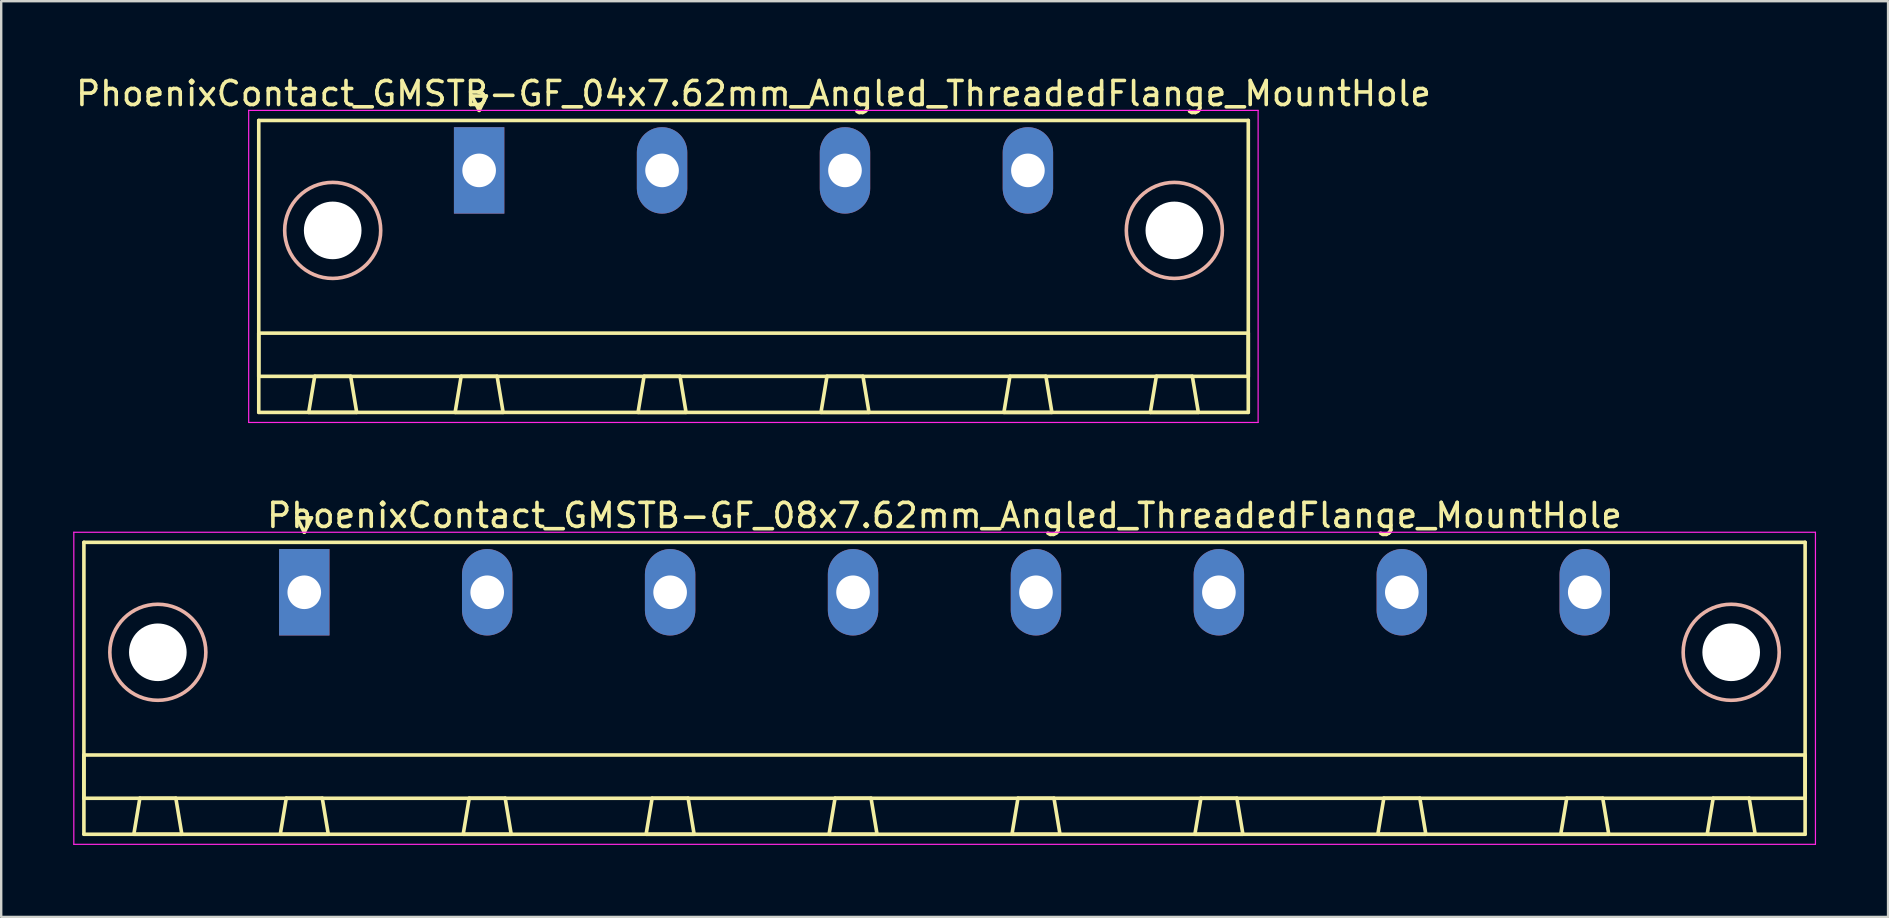
<source format=kicad_pcb>
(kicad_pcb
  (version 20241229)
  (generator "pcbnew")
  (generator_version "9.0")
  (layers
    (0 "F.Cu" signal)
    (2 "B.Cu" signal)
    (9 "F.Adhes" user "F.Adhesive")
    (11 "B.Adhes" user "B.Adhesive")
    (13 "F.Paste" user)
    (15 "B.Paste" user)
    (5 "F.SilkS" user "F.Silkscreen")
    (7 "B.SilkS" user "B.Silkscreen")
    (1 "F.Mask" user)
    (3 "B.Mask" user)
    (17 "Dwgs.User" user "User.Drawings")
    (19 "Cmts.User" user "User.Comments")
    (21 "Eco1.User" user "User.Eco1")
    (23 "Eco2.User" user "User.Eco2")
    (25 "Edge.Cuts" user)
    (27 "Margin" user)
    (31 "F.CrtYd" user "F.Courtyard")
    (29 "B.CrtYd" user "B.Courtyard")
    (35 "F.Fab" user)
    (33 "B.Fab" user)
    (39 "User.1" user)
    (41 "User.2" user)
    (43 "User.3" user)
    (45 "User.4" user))
  (footprint "PhoenixContact_GMSTB-GF_08x7.62mm_Angled_ThreadedFlange_MountHole"
    (layer "F.Cu")
    (at 9.625 21.622)
    (property "Reference" "PhoenixContact_GMSTB-GF_08x7.62mm_Angled_ThreadedFlange_MountHole" (at 26.67 -3.2 0) (layer "F.SilkS") (effects (font (size 1 1) (thickness 0.15))))
    (attr through_hole)
    (fp_line (start -9.18 -2.08) (end -9.18 10.08) (stroke (width 0.15) (type solid)) (layer "F.SilkS"))
    (fp_line (start -9.18 6.78) (end 62.52 6.78) (stroke (width 0.15) (type solid)) (layer "F.SilkS"))
    (fp_line (start -9.18 8.58) (end -9.18 6.78) (stroke (width 0.15) (type solid)) (layer "F.SilkS"))
    (fp_line (start -9.18 10.08) (end 62.52 10.08) (stroke (width 0.15) (type solid)) (layer "F.SilkS"))
    (fp_line (start -7.1 10.08) (end -5.1 10.08) (stroke (width 0.15) (type solid)) (layer "F.SilkS"))
    (fp_line (start -6.85 8.58) (end -7.1 10.08) (stroke (width 0.15) (type solid)) (layer "F.SilkS"))
    (fp_line (start -5.35 8.58) (end -6.85 8.58) (stroke (width 0.15) (type solid)) (layer "F.SilkS"))
    (fp_line (start -5.1 10.08) (end -5.35 8.58) (stroke (width 0.15) (type solid)) (layer "F.SilkS"))
    (fp_line (start -1 10.08) (end 1 10.08) (stroke (width 0.15) (type solid)) (layer "F.SilkS"))
    (fp_line (start -0.75 8.58) (end -1 10.08) (stroke (width 0.15) (type solid)) (layer "F.SilkS"))
    (fp_line (start -0.3 -3.1) (end 0 -2.5) (stroke (width 0.15) (type solid)) (layer "F.SilkS"))
    (fp_line (start 0 -2.5) (end 0.3 -3.1) (stroke (width 0.15) (type solid)) (layer "F.SilkS"))
    (fp_line (start 0.3 -3.1) (end -0.3 -3.1) (stroke (width 0.15) (type solid)) (layer "F.SilkS"))
    (fp_line (start 0.75 8.58) (end -0.75 8.58) (stroke (width 0.15) (type solid)) (layer "F.SilkS"))
    (fp_line (start 1 10.08) (end 0.75 8.58) (stroke (width 0.15) (type solid)) (layer "F.SilkS"))
    (fp_line (start 6.62 10.08) (end 8.62 10.08) (stroke (width 0.15) (type solid)) (layer "F.SilkS"))
    (fp_line (start 6.87 8.58) (end 6.62 10.08) (stroke (width 0.15) (type solid)) (layer "F.SilkS"))
    (fp_line (start 8.37 8.58) (end 6.87 8.58) (stroke (width 0.15) (type solid)) (layer "F.SilkS"))
    (fp_line (start 8.62 10.08) (end 8.37 8.58) (stroke (width 0.15) (type solid)) (layer "F.SilkS"))
    (fp_line (start 14.24 10.08) (end 16.24 10.08) (stroke (width 0.15) (type solid)) (layer "F.SilkS"))
    (fp_line (start 14.49 8.58) (end 14.24 10.08) (stroke (width 0.15) (type solid)) (layer "F.SilkS"))
    (fp_line (start 15.99 8.58) (end 14.49 8.58) (stroke (width 0.15) (type solid)) (layer "F.SilkS"))
    (fp_line (start 16.24 10.08) (end 15.99 8.58) (stroke (width 0.15) (type solid)) (layer "F.SilkS"))
    (fp_line (start 21.86 10.08) (end 23.86 10.08) (stroke (width 0.15) (type solid)) (layer "F.SilkS"))
    (fp_line (start 22.11 8.58) (end 21.86 10.08) (stroke (width 0.15) (type solid)) (layer "F.SilkS"))
    (fp_line (start 23.61 8.58) (end 22.11 8.58) (stroke (width 0.15) (type solid)) (layer "F.SilkS"))
    (fp_line (start 23.86 10.08) (end 23.61 8.58) (stroke (width 0.15) (type solid)) (layer "F.SilkS"))
    (fp_line (start 29.48 10.08) (end 31.48 10.08) (stroke (width 0.15) (type solid)) (layer "F.SilkS"))
    (fp_line (start 29.73 8.58) (end 29.48 10.08) (stroke (width 0.15) (type solid)) (layer "F.SilkS"))
    (fp_line (start 31.23 8.58) (end 29.73 8.58) (stroke (width 0.15) (type solid)) (layer "F.SilkS"))
    (fp_line (start 31.48 10.08) (end 31.23 8.58) (stroke (width 0.15) (type solid)) (layer "F.SilkS"))
    (fp_line (start 37.1 10.08) (end 39.1 10.08) (stroke (width 0.15) (type solid)) (layer "F.SilkS"))
    (fp_line (start 37.35 8.58) (end 37.1 10.08) (stroke (width 0.15) (type solid)) (layer "F.SilkS"))
    (fp_line (start 38.85 8.58) (end 37.35 8.58) (stroke (width 0.15) (type solid)) (layer "F.SilkS"))
    (fp_line (start 39.1 10.08) (end 38.85 8.58) (stroke (width 0.15) (type solid)) (layer "F.SilkS"))
    (fp_line (start 44.72 10.08) (end 46.72 10.08) (stroke (width 0.15) (type solid)) (layer "F.SilkS"))
    (fp_line (start 44.97 8.58) (end 44.72 10.08) (stroke (width 0.15) (type solid)) (layer "F.SilkS"))
    (fp_line (start 46.47 8.58) (end 44.97 8.58) (stroke (width 0.15) (type solid)) (layer "F.SilkS"))
    (fp_line (start 46.72 10.08) (end 46.47 8.58) (stroke (width 0.15) (type solid)) (layer "F.SilkS"))
    (fp_line (start 52.34 10.08) (end 54.34 10.08) (stroke (width 0.15) (type solid)) (layer "F.SilkS"))
    (fp_line (start 52.59 8.58) (end 52.34 10.08) (stroke (width 0.15) (type solid)) (layer "F.SilkS"))
    (fp_line (start 54.09 8.58) (end 52.59 8.58) (stroke (width 0.15) (type solid)) (layer "F.SilkS"))
    (fp_line (start 54.34 10.08) (end 54.09 8.58) (stroke (width 0.15) (type solid)) (layer "F.SilkS"))
    (fp_line (start 58.44 10.08) (end 60.44 10.08) (stroke (width 0.15) (type solid)) (layer "F.SilkS"))
    (fp_line (start 58.69 8.58) (end 58.44 10.08) (stroke (width 0.15) (type solid)) (layer "F.SilkS"))
    (fp_line (start 60.19 8.58) (end 58.69 8.58) (stroke (width 0.15) (type solid)) (layer "F.SilkS"))
    (fp_line (start 60.44 10.08) (end 60.19 8.58) (stroke (width 0.15) (type solid)) (layer "F.SilkS"))
    (fp_line (start 62.52 -2.08) (end -9.18 -2.08) (stroke (width 0.15) (type solid)) (layer "F.SilkS"))
    (fp_line (start 62.52 6.78) (end 62.52 8.58) (stroke (width 0.15) (type solid)) (layer "F.SilkS"))
    (fp_line (start 62.52 8.58) (end -9.18 8.58) (stroke (width 0.15) (type solid)) (layer "F.SilkS"))
    (fp_line (start 62.52 10.08) (end 62.52 -2.08) (stroke (width 0.15) (type solid)) (layer "F.SilkS"))
    (fp_circle (center -6.1 2.5) (end -4.1 2.5) (stroke (width 0.15) (type solid)) (fill no) (layer "B.SilkS"))
    (fp_circle (center 59.44 2.5) (end 61.44 2.5) (stroke (width 0.15) (type solid)) (fill no) (layer "B.SilkS"))
    (fp_line (start -9.6 -2.5) (end -9.6 10.5) (stroke (width 0.05) (type solid)) (layer "F.CrtYd"))
    (fp_line (start -9.6 10.5) (end 62.95 10.5) (stroke (width 0.05) (type solid)) (layer "F.CrtYd"))
    (fp_line (start 62.95 -2.5) (end -9.6 -2.5) (stroke (width 0.05) (type solid)) (layer "F.CrtYd"))
    (fp_line (start 62.95 10.5) (end 62.95 -2.5) (stroke (width 0.05) (type solid)) (layer "F.CrtYd"))
    (pad "" np_thru_hole circle (at -6.1 2.5) (size 2.4 2.4) (drill 2.4) (layers "*.Cu" "*.Mask"))
    (pad "" np_thru_hole circle (at 59.44 2.5) (size 2.4 2.4) (drill 2.4) (layers "*.Cu" "*.Mask"))
    (pad "1" thru_hole rect (at 0 0) (size 2.1 3.6) (drill 1.4) (layers "*.Cu" "*.Mask"))
    (pad "2" thru_hole oval (at 7.62 0) (size 2.1 3.6) (drill 1.4) (layers "*.Cu" "*.Mask"))
    (pad "3" thru_hole oval (at 15.24 0) (size 2.1 3.6) (drill 1.4) (layers "*.Cu" "*.Mask"))
    (pad "4" thru_hole oval (at 22.86 0) (size 2.1 3.6) (drill 1.4) (layers "*.Cu" "*.Mask"))
    (pad "5" thru_hole oval (at 30.48 0) (size 2.1 3.6) (drill 1.4) (layers "*.Cu" "*.Mask"))
    (pad "6" thru_hole oval (at 38.1 0) (size 2.1 3.6) (drill 1.4) (layers "*.Cu" "*.Mask"))
    (pad "7" thru_hole oval (at 45.72 0) (size 2.1 3.6) (drill 1.4) (layers "*.Cu" "*.Mask"))
    (pad "8" thru_hole oval (at 53.34 0) (size 2.1 3.6) (drill 1.4) (layers "*.Cu" "*.Mask")))
  (footprint "PhoenixContact_GMSTB-GF_04x7.62mm_Angled_ThreadedFlange_MountHole"
    (layer "F.Cu")
    (at 16.909 4.048)
    (property "Reference" "PhoenixContact_GMSTB-GF_04x7.62mm_Angled_ThreadedFlange_MountHole" (at 11.43 -3.2 0) (layer "F.SilkS") (effects (font (size 1 1) (thickness 0.15))))
    (attr through_hole)
    (fp_line (start -9.18 -2.08) (end -9.18 10.08) (stroke (width 0.15) (type solid)) (layer "F.SilkS"))
    (fp_line (start -9.18 6.78) (end 32.04 6.78) (stroke (width 0.15) (type solid)) (layer "F.SilkS"))
    (fp_line (start -9.18 8.58) (end -9.18 6.78) (stroke (width 0.15) (type solid)) (layer "F.SilkS"))
    (fp_line (start -9.18 10.08) (end 32.04 10.08) (stroke (width 0.15) (type solid)) (layer "F.SilkS"))
    (fp_line (start -7.1 10.08) (end -5.1 10.08) (stroke (width 0.15) (type solid)) (layer "F.SilkS"))
    (fp_line (start -6.85 8.58) (end -7.1 10.08) (stroke (width 0.15) (type solid)) (layer "F.SilkS"))
    (fp_line (start -5.35 8.58) (end -6.85 8.58) (stroke (width 0.15) (type solid)) (layer "F.SilkS"))
    (fp_line (start -5.1 10.08) (end -5.35 8.58) (stroke (width 0.15) (type solid)) (layer "F.SilkS"))
    (fp_line (start -1 10.08) (end 1 10.08) (stroke (width 0.15) (type solid)) (layer "F.SilkS"))
    (fp_line (start -0.75 8.58) (end -1 10.08) (stroke (width 0.15) (type solid)) (layer "F.SilkS"))
    (fp_line (start -0.3 -3.1) (end 0 -2.5) (stroke (width 0.15) (type solid)) (layer "F.SilkS"))
    (fp_line (start 0 -2.5) (end 0.3 -3.1) (stroke (width 0.15) (type solid)) (layer "F.SilkS"))
    (fp_line (start 0.3 -3.1) (end -0.3 -3.1) (stroke (width 0.15) (type solid)) (layer "F.SilkS"))
    (fp_line (start 0.75 8.58) (end -0.75 8.58) (stroke (width 0.15) (type solid)) (layer "F.SilkS"))
    (fp_line (start 1 10.08) (end 0.75 8.58) (stroke (width 0.15) (type solid)) (layer "F.SilkS"))
    (fp_line (start 6.62 10.08) (end 8.62 10.08) (stroke (width 0.15) (type solid)) (layer "F.SilkS"))
    (fp_line (start 6.87 8.58) (end 6.62 10.08) (stroke (width 0.15) (type solid)) (layer "F.SilkS"))
    (fp_line (start 8.37 8.58) (end 6.87 8.58) (stroke (width 0.15) (type solid)) (layer "F.SilkS"))
    (fp_line (start 8.62 10.08) (end 8.37 8.58) (stroke (width 0.15) (type solid)) (layer "F.SilkS"))
    (fp_line (start 14.24 10.08) (end 16.24 10.08) (stroke (width 0.15) (type solid)) (layer "F.SilkS"))
    (fp_line (start 14.49 8.58) (end 14.24 10.08) (stroke (width 0.15) (type solid)) (layer "F.SilkS"))
    (fp_line (start 15.99 8.58) (end 14.49 8.58) (stroke (width 0.15) (type solid)) (layer "F.SilkS"))
    (fp_line (start 16.24 10.08) (end 15.99 8.58) (stroke (width 0.15) (type solid)) (layer "F.SilkS"))
    (fp_line (start 21.86 10.08) (end 23.86 10.08) (stroke (width 0.15) (type solid)) (layer "F.SilkS"))
    (fp_line (start 22.11 8.58) (end 21.86 10.08) (stroke (width 0.15) (type solid)) (layer "F.SilkS"))
    (fp_line (start 23.61 8.58) (end 22.11 8.58) (stroke (width 0.15) (type solid)) (layer "F.SilkS"))
    (fp_line (start 23.86 10.08) (end 23.61 8.58) (stroke (width 0.15) (type solid)) (layer "F.SilkS"))
    (fp_line (start 27.96 10.08) (end 29.96 10.08) (stroke (width 0.15) (type solid)) (layer "F.SilkS"))
    (fp_line (start 28.21 8.58) (end 27.96 10.08) (stroke (width 0.15) (type solid)) (layer "F.SilkS"))
    (fp_line (start 29.71 8.58) (end 28.21 8.58) (stroke (width 0.15) (type solid)) (layer "F.SilkS"))
    (fp_line (start 29.96 10.08) (end 29.71 8.58) (stroke (width 0.15) (type solid)) (layer "F.SilkS"))
    (fp_line (start 32.04 -2.08) (end -9.18 -2.08) (stroke (width 0.15) (type solid)) (layer "F.SilkS"))
    (fp_line (start 32.04 6.78) (end 32.04 8.58) (stroke (width 0.15) (type solid)) (layer "F.SilkS"))
    (fp_line (start 32.04 8.58) (end -9.18 8.58) (stroke (width 0.15) (type solid)) (layer "F.SilkS"))
    (fp_line (start 32.04 10.08) (end 32.04 -2.08) (stroke (width 0.15) (type solid)) (layer "F.SilkS"))
    (fp_circle (center -6.1 2.5) (end -4.1 2.5) (stroke (width 0.15) (type solid)) (fill no) (layer "B.SilkS"))
    (fp_circle (center 28.96 2.5) (end 30.96 2.5) (stroke (width 0.15) (type solid)) (fill no) (layer "B.SilkS"))
    (fp_line (start -9.6 -2.5) (end -9.6 10.5) (stroke (width 0.05) (type solid)) (layer "F.CrtYd"))
    (fp_line (start -9.6 10.5) (end 32.45 10.5) (stroke (width 0.05) (type solid)) (layer "F.CrtYd"))
    (fp_line (start 32.45 -2.5) (end -9.6 -2.5) (stroke (width 0.05) (type solid)) (layer "F.CrtYd"))
    (fp_line (start 32.45 10.5) (end 32.45 -2.5) (stroke (width 0.05) (type solid)) (layer "F.CrtYd"))
    (pad "" np_thru_hole circle (at -6.1 2.5) (size 2.4 2.4) (drill 2.4) (layers "*.Cu" "*.Mask"))
    (pad "" np_thru_hole circle (at 28.96 2.5) (size 2.4 2.4) (drill 2.4) (layers "*.Cu" "*.Mask"))
    (pad "1" thru_hole rect (at 0 0) (size 2.1 3.6) (drill 1.4) (layers "*.Cu" "*.Mask"))
    (pad "2" thru_hole oval (at 7.62 0) (size 2.1 3.6) (drill 1.4) (layers "*.Cu" "*.Mask"))
    (pad "3" thru_hole oval (at 15.24 0) (size 2.1 3.6) (drill 1.4) (layers "*.Cu" "*.Mask"))
    (pad "4" thru_hole oval (at 22.86 0) (size 2.1 3.6) (drill 1.4) (layers "*.Cu" "*.Mask")))
  (gr_rect
    (start -3 -3)
    (end 75.6 35.147)
    (stroke (width 0.1) (type default))
    (fill no)
    (layer "Edge.Cuts")))
</source>
